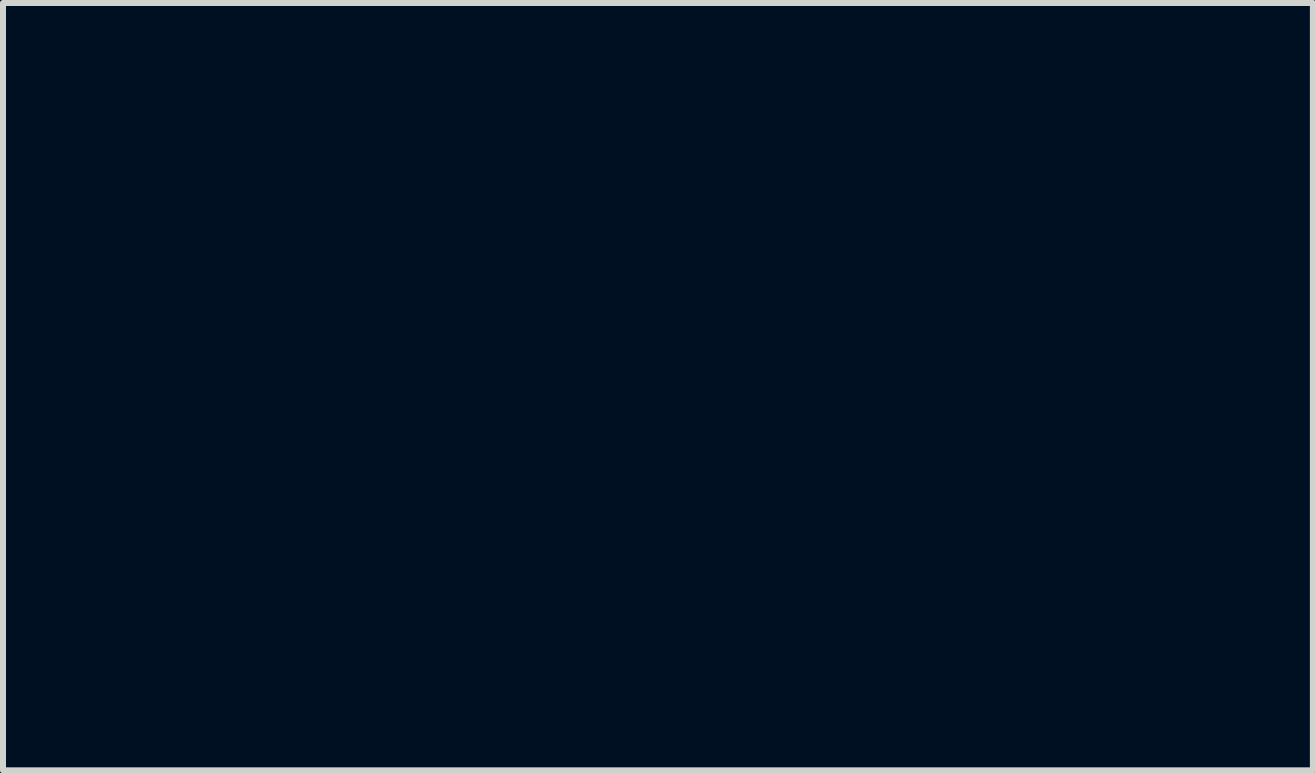
<source format=kicad_pcb>
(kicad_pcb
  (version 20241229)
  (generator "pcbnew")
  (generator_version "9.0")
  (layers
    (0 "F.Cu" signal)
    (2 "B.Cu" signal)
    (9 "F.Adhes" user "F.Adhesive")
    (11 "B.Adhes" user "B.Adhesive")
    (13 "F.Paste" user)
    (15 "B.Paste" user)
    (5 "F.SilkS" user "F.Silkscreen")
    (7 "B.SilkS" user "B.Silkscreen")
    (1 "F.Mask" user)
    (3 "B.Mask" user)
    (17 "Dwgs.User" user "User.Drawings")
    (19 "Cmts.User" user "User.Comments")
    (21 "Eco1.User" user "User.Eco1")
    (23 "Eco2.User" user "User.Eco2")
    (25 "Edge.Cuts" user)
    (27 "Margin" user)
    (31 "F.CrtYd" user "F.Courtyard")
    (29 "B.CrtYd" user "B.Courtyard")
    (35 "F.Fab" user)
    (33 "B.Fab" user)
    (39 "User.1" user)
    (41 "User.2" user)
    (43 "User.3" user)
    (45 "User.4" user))
  (footprint "GITHUB LOGO"
    (layer "F.Cu")
    (at 7.918 4.466)
    (property "Reference" "GITHUB LOGO" (at 0 -3.048 0) (layer "User.1") (effects (font (size 1.524 1.524) (thickness 0.3))))
    (attr board_only exclude_from_pos_files exclude_from_bom)
    (fp_poly (pts (xy 0.089 -2.441) (xy 0.247 -2.429) (xy 0.404 -2.406) (xy 0.559 -2.373) (xy 0.711 -2.329) (xy 0.86 -2.274) (xy 1.005 -2.209) (xy 1.146 -2.133) (xy 1.282 -2.047) (xy 1.397 -1.964) (xy 1.524 -1.858) (xy 1.643 -1.744) (xy 1.753 -1.622) (xy 1.855 -1.494) (xy 1.947 -1.359) (xy 2.03 -1.218) (xy 2.103 -1.072) (xy 2.167 -0.921) (xy 2.22 -0.765) (xy 2.262 -0.606) (xy 2.293 -0.443) (xy 2.296 -0.424) (xy 2.305 -0.359) (xy 2.312 -0.299) (xy 2.317 -0.24) (xy 2.32 -0.178) (xy 2.321 -0.111) (xy 2.322 -0.058) (xy 2.321 -0.013) (xy 2.321 0.032) (xy 2.319 0.076) (xy 2.318 0.115) (xy 2.316 0.147) (xy 2.315 0.157) (xy 2.293 0.328) (xy 2.261 0.494) (xy 2.217 0.656) (xy 2.163 0.813) (xy 2.098 0.966) (xy 2.023 1.115) (xy 1.937 1.259) (xy 1.84 1.398) (xy 1.77 1.487) (xy 1.742 1.521) (xy 1.706 1.559) (xy 1.666 1.602) (xy 1.622 1.646) (xy 1.577 1.69) (xy 1.532 1.732) (xy 1.49 1.77) (xy 1.453 1.803) (xy 1.436 1.816) (xy 1.302 1.917) (xy 1.164 2.006) (xy 1.022 2.084) (xy 0.876 2.151) (xy 0.727 2.208) (xy 0.573 2.254) (xy 0.414 2.289) (xy 0.387 2.293) (xy 0.276 2.309) (xy 0.159 2.32) (xy 0.038 2.325) (xy -0.081 2.324) (xy -0.195 2.318) (xy -0.211 2.317) (xy -0.37 2.297) (xy -0.526 2.265) (xy -0.68 2.223) (xy -0.83 2.17) (xy -0.977 2.106) (xy -1.118 2.032) (xy -1.255 1.948) (xy -1.387 1.854) (xy -1.512 1.751) (xy -1.632 1.639) (xy -1.654 1.616) (xy -1.764 1.494) (xy -1.864 1.365) (xy -1.955 1.23) (xy -2.037 1.09) (xy -2.108 0.944) (xy -2.17 0.795) (xy -2.221 0.642) (xy -2.262 0.486) (xy -2.293 0.327) (xy -2.313 0.165) (xy -2.323 0.003) (xy -2.322 -0.058) (xy -2.195 -0.058) (xy -2.195 0.005) (xy -2.194 0.059) (xy -2.192 0.106) (xy -2.19 0.149) (xy -2.186 0.19) (xy -2.182 0.231) (xy -2.175 0.275) (xy -2.167 0.325) (xy -2.166 0.331) (xy -2.134 0.488) (xy -2.091 0.641) (xy -2.038 0.79) (xy -1.975 0.934) (xy -1.902 1.073) (xy -1.821 1.206) (xy -1.73 1.333) (xy -1.632 1.453) (xy -1.525 1.566) (xy -1.411 1.672) (xy -1.289 1.769) (xy -1.16 1.857) (xy -1.025 1.936) (xy -0.939 1.98) (xy -0.899 1.999) (xy -0.856 2.018) (xy -0.814 2.037) (xy -0.774 2.053) (xy -0.739 2.067) (xy -0.71 2.077) (xy -0.693 2.082) (xy -0.661 2.085) (xy -0.627 2.081) (xy -0.601 2.072) (xy -0.585 2.061) (xy -0.569 2.045) (xy -0.565 2.039) (xy -0.55 2.016) (xy -0.548 1.805) (xy -0.548 1.756) (xy -0.548 1.712) (xy -0.548 1.673) (xy -0.548 1.64) (xy -0.549 1.615) (xy -0.55 1.599) (xy -0.551 1.593) (xy -0.551 1.593) (xy -0.558 1.594) (xy -0.574 1.597) (xy -0.596 1.601) (xy -0.608 1.603) (xy -0.638 1.608) (xy -0.673 1.611) (xy -0.716 1.613) (xy -0.768 1.613) (xy -0.809 1.613) (xy -0.841 1.612) (xy -0.866 1.611) (xy -0.887 1.608) (xy -0.907 1.605) (xy -0.926 1.601) (xy -1.004 1.576) (xy -1.074 1.542) (xy -1.136 1.501) (xy -1.19 1.45) (xy -1.236 1.391) (xy -1.275 1.324) (xy -1.288 1.293) (xy -1.325 1.212) (xy -1.363 1.141) (xy -1.404 1.08) (xy -1.448 1.029) (xy -1.495 0.986) (xy -1.523 0.965) (xy -1.561 0.938) (xy -1.589 0.914) (xy -1.608 0.892) (xy -1.614 0.881) (xy -1.618 0.861) (xy -1.612 0.845) (xy -1.597 0.833) (xy -1.576 0.825) (xy -1.548 0.821) (xy -1.515 0.821) (xy -1.479 0.826) (xy -1.441 0.836) (xy -1.402 0.85) (xy -1.39 0.855) (xy -1.344 0.881) (xy -1.301 0.912) (xy -1.259 0.952) (xy -1.219 1.001) (xy -1.177 1.06) (xy -1.176 1.061) (xy -1.131 1.124) (xy -1.085 1.177) (xy -1.037 1.219) (xy -0.987 1.251) (xy -0.933 1.275) (xy -0.886 1.288) (xy -0.834 1.296) (xy -0.775 1.296) (xy -0.714 1.291) (xy -0.652 1.279) (xy -0.594 1.262) (xy -0.568 1.251) (xy -0.545 1.241) (xy -0.528 1.174) (xy -0.512 1.119) (xy -0.491 1.066) (xy -0.466 1.019) (xy -0.439 0.98) (xy -0.433 0.973) (xy -0.419 0.955) (xy -0.412 0.944) (xy -0.414 0.94) (xy -0.422 0.938) (xy -0.44 0.935) (xy -0.464 0.931) (xy -0.493 0.927) (xy -0.503 0.925) (xy -0.623 0.902) (xy -0.733 0.872) (xy -0.835 0.836) (xy -0.927 0.793) (xy -1.01 0.743) (xy -1.086 0.685) (xy -1.152 0.62) (xy -1.211 0.548) (xy -1.236 0.512) (xy -1.284 0.427) (xy -1.325 0.333) (xy -1.357 0.231) (xy -1.38 0.122) (xy -1.395 0.005) (xy -1.402 -0.12) (xy -1.402 -0.154) (xy -1.401 -0.237) (xy -1.394 -0.312) (xy -1.383 -0.381) (xy -1.366 -0.447) (xy -1.344 -0.512) (xy -1.334 -0.538) (xy -1.312 -0.584) (xy -1.287 -0.631) (xy -1.258 -0.677) (xy -1.23 -0.719) (xy -1.202 -0.753) (xy -1.196 -0.76) (xy -1.179 -0.779) (xy -1.194 -0.83) (xy -1.211 -0.906) (xy -1.22 -0.988) (xy -1.221 -1.073) (xy -1.213 -1.16) (xy -1.197 -1.247) (xy -1.186 -1.29) (xy -1.176 -1.324) (xy -1.169 -1.348) (xy -1.162 -1.364) (xy -1.155 -1.374) (xy -1.146 -1.379) (xy -1.134 -1.382) (xy -1.117 -1.383) (xy -1.111 -1.383) (xy -1.057 -1.38) (xy -0.995 -1.369) (xy -0.928 -1.349) (xy -0.855 -1.321) (xy -0.779 -1.285) (xy -0.698 -1.241) (xy -0.616 -1.191) (xy -0.592 -1.176) (xy -0.57 -1.163) (xy -0.554 -1.155) (xy -0.545 -1.151) (xy -0.545 -1.151) (xy -0.535 -1.153) (xy -0.517 -1.157) (xy -0.495 -1.162) (xy -0.493 -1.163) (xy -0.409 -1.183) (xy -0.316 -1.199) (xy -0.217 -1.211) (xy -0.116 -1.219) (xy -0.014 -1.222) (xy -0.006 -1.222) (xy 0.085 -1.22) (xy 0.167 -1.216) (xy 0.246 -1.209) (xy 0.324 -1.198) (xy 0.405 -1.183) (xy 0.486 -1.165) (xy 0.551 -1.149) (xy 0.614 -1.19) (xy 0.706 -1.246) (xy 0.791 -1.292) (xy 0.872 -1.329) (xy 0.947 -1.356) (xy 1.018 -1.374) (xy 1.085 -1.382) (xy 1.089 -1.382) (xy 1.151 -1.386) (xy 1.163 -1.36) (xy 1.17 -1.342) (xy 1.178 -1.317) (xy 1.186 -1.29) (xy 1.189 -1.279) (xy 1.209 -1.189) (xy 1.219 -1.098) (xy 1.22 -1.008) (xy 1.213 -0.92) (xy 1.196 -0.838) (xy 1.192 -0.822) (xy 1.179 -0.779) (xy 1.196 -0.76) (xy 1.223 -0.728) (xy 1.252 -0.688) (xy 1.28 -0.642) (xy 1.307 -0.595) (xy 1.329 -0.549) (xy 1.334 -0.538) (xy 1.358 -0.473) (xy 1.377 -0.408) (xy 1.39 -0.341) (xy 1.399 -0.268) (xy 1.402 -0.189) (xy 1.402 -0.154) (xy 1.398 -0.028) (xy 1.385 0.091) (xy 1.364 0.202) (xy 1.335 0.305) (xy 1.297 0.4) (xy 1.25 0.489) (xy 1.195 0.57) (xy 1.174 0.596) (xy 1.118 0.656) (xy 1.052 0.712) (xy 0.977 0.763) (xy 0.896 0.808) (xy 0.808 0.846) (xy 0.797 0.851) (xy 0.748 0.867) (xy 0.69 0.884) (xy 0.628 0.899) (xy 0.564 0.913) (xy 0.502 0.924) (xy 0.494 0.925) (xy 0.464 0.93) (xy 0.439 0.934) (xy 0.42 0.937) (xy 0.409 0.939) (xy 0.408 0.94) (xy 0.41 0.945) (xy 0.419 0.956) (xy 0.431 0.971) (xy 0.433 0.972) (xy 0.466 1.018) (xy 0.495 1.074) (xy 0.518 1.137) (xy 0.536 1.208) (xy 0.539 1.222) (xy 0.541 1.234) (xy 0.542 1.249) (xy 0.544 1.265) (xy 0.545 1.286) (xy 0.546 1.31) (xy 0.547 1.34) (xy 0.547 1.377) (xy 0.548 1.421) (xy 0.548 1.473) (xy 0.549 1.534) (xy 0.549 1.605) (xy 0.549 1.646) (xy 0.55 2.015) (xy 0.563 2.036) (xy 0.585 2.062) (xy 0.612 2.079) (xy 0.645 2.085) (xy 0.685 2.082) (xy 0.721 2.073) (xy 0.799 2.045) (xy 0.883 2.009) (xy 0.97 1.966) (xy 1.059 1.918) (xy 1.147 1.865) (xy 1.233 1.81) (xy 1.314 1.752) (xy 1.358 1.717) (xy 1.394 1.687) (xy 1.436 1.65) (xy 1.48 1.608) (xy 1.526 1.564) (xy 1.569 1.521) (xy 1.609 1.479) (xy 1.643 1.442) (xy 1.645 1.439) (xy 1.747 1.312) (xy 1.84 1.179) (xy 1.922 1.041) (xy 1.993 0.897) (xy 2.055 0.748) (xy 2.106 0.594) (xy 2.147 0.435) (xy 2.177 0.272) (xy 2.184 0.215) (xy 2.189 0.172) (xy 2.192 0.12) (xy 2.195 0.062) (xy 2.196 -0.000221) (xy 2.197 -0.064) (xy 2.196 -0.126) (xy 2.195 -0.184) (xy 2.192 -0.236) (xy 2.19 -0.262) (xy 2.17 -0.423) (xy 2.139 -0.582) (xy 2.097 -0.737) (xy 2.045 -0.888) (xy 1.983 -1.034) (xy 1.911 -1.175) (xy 1.829 -1.31) (xy 1.738 -1.439) (xy 1.638 -1.562) (xy 1.529 -1.678) (xy 1.412 -1.786) (xy 1.286 -1.887) (xy 1.269 -1.899) (xy 1.138 -1.988) (xy 1.002 -2.066) (xy 0.862 -2.133) (xy 0.717 -2.19) (xy 0.568 -2.236) (xy 0.416 -2.271) (xy 0.261 -2.296) (xy 0.104 -2.309) (xy -0.056 -2.311) (xy -0.209 -2.302) (xy -0.358 -2.283) (xy -0.506 -2.253) (xy -0.652 -2.211) (xy -0.796 -2.159) (xy -0.937 -2.097) (xy -1.073 -2.026) (xy -1.204 -1.944) (xy -1.33 -1.854) (xy -1.413 -1.785) (xy -1.53 -1.677) (xy -1.639 -1.561) (xy -1.739 -1.438) (xy -1.83 -1.308) (xy -1.912 -1.172) (xy -1.984 -1.03) (xy -2.046 -0.884) (xy -2.099 -0.733) (xy -2.14 -0.578) (xy -2.166 -0.448) (xy -2.174 -0.397) (xy -2.181 -0.353) (xy -2.186 -0.311) (xy -2.19 -0.271) (xy -2.192 -0.228) (xy -2.194 -0.182) (xy -2.195 -0.129) (xy -2.195 -0.067) (xy -2.195 -0.058) (xy -2.322 -0.058) (xy -2.321 -0.161) (xy -2.309 -0.325) (xy -2.285 -0.489) (xy -2.25 -0.653) (xy -2.25 -0.654) (xy -2.204 -0.814) (xy -2.148 -0.969) (xy -2.08 -1.121) (xy -2.002 -1.268) (xy -1.913 -1.411) (xy -1.814 -1.549) (xy -1.77 -1.604) (xy -1.742 -1.637) (xy -1.706 -1.676) (xy -1.666 -1.718) (xy -1.622 -1.762) (xy -1.577 -1.806) (xy -1.532 -1.848) (xy -1.49 -1.887) (xy -1.453 -1.919) (xy -1.436 -1.933) (xy -1.302 -2.033) (xy -1.163 -2.122) (xy -1.021 -2.201) (xy -0.875 -2.268) (xy -0.726 -2.324) (xy -0.572 -2.37) (xy -0.551 -2.375) (xy -0.391 -2.409) (xy -0.231 -2.43) (xy -0.071 -2.441)) (stroke (width 0) (type solid)) (fill yes) (layer "F.Mask")))
  (gr_rect
    (start -3 -3)
    (end 18.835 9.791)
    (stroke (width 0.1) (type default))
    (fill no)
    (layer "Edge.Cuts")))
</source>
